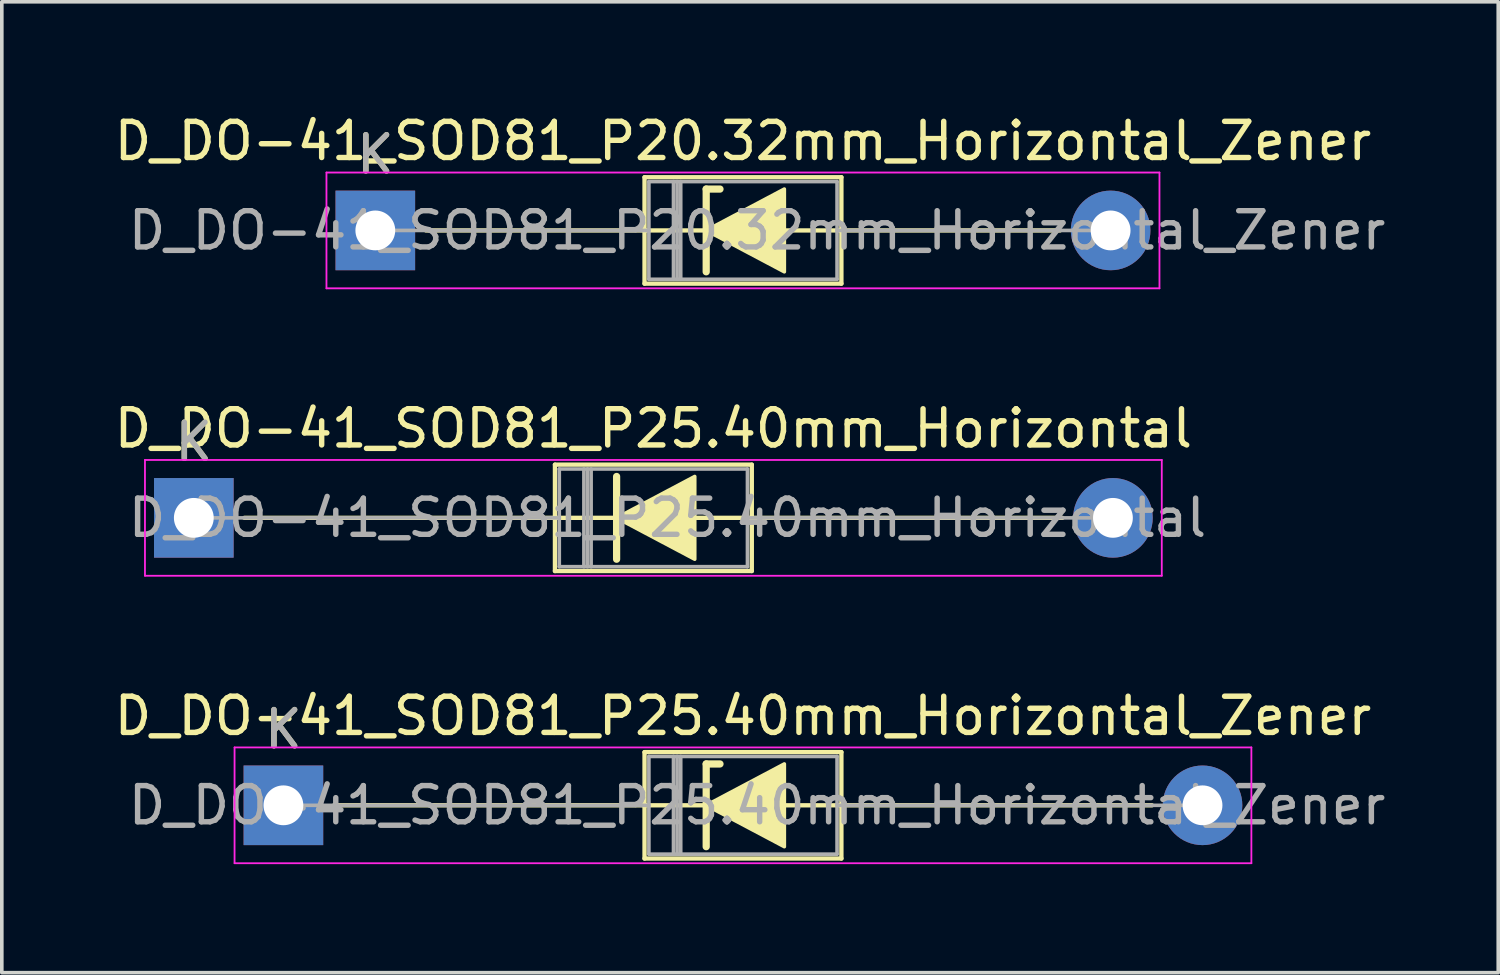
<source format=kicad_pcb>
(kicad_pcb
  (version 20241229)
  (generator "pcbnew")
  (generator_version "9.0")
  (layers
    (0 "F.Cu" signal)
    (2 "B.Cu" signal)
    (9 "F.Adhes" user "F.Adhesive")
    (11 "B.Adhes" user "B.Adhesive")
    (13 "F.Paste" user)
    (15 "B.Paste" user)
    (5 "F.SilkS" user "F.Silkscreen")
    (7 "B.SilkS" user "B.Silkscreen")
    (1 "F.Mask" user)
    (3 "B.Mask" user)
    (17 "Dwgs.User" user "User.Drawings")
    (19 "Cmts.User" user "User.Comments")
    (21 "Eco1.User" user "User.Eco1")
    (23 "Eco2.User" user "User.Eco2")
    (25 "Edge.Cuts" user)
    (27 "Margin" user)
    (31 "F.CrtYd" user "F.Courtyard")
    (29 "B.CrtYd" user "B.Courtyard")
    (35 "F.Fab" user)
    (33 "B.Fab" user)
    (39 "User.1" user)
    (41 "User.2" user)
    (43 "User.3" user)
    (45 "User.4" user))
  (footprint "D_DO-41_SOD81_P20.32mm_Horizontal_Zener"
    (layer "F.Cu")
    (at 7.322 3.318)
    (property "Reference" "D_DO-41_SOD81_P20.32mm_Horizontal_Zener" (at 10.16 -2.47 0) (layer "F.SilkS") (effects (font (size 1 1) (thickness 0.15))))
    (attr through_hole)
    (fp_line (start 1.397 0) (end 7.44 0) (stroke (width 0.12) (type solid)) (layer "F.SilkS"))
    (fp_line (start 7.44 -1.47) (end 7.44 1.47) (stroke (width 0.12) (type solid)) (layer "F.SilkS"))
    (fp_line (start 7.44 1.47) (end 12.88 1.47) (stroke (width 0.12) (type solid)) (layer "F.SilkS"))
    (fp_line (start 9.144 -1.143) (end 9.144 1.143) (stroke (width 0.2) (type solid)) (layer "F.SilkS"))
    (fp_line (start 9.144 -1.143) (end 9.525 -1.143) (stroke (width 0.2) (type solid)) (layer "F.SilkS"))
    (fp_line (start 9.144 0) (end 7.44 0) (stroke (width 0.12) (type solid)) (layer "F.SilkS"))
    (fp_line (start 11.303 0) (end 12.88 0) (stroke (width 0.12) (type solid)) (layer "F.SilkS"))
    (fp_line (start 12.88 -1.47) (end 7.44 -1.47) (stroke (width 0.12) (type solid)) (layer "F.SilkS"))
    (fp_line (start 12.88 1.47) (end 12.88 -1.47) (stroke (width 0.12) (type solid)) (layer "F.SilkS"))
    (fp_line (start 18.923 0) (end 12.88 0) (stroke (width 0.12) (type solid)) (layer "F.SilkS"))
    (fp_poly (pts (xy 11.303 1.143) (xy 9.144 0) (xy 11.303 -1.143)) (stroke (width 0.1) (type solid)) (fill yes) (layer "F.SilkS"))
    (fp_line (start -1.35 -1.6) (end -1.35 1.6) (stroke (width 0.05) (type solid)) (layer "F.CrtYd"))
    (fp_line (start -1.35 1.6) (end 21.67 1.6) (stroke (width 0.05) (type solid)) (layer "F.CrtYd"))
    (fp_line (start 21.67 -1.6) (end -1.35 -1.6) (stroke (width 0.05) (type solid)) (layer "F.CrtYd"))
    (fp_line (start 21.67 1.6) (end 21.67 -1.6) (stroke (width 0.05) (type solid)) (layer "F.CrtYd"))
    (fp_line (start 0 0) (end 7.56 0) (stroke (width 0.1) (type solid)) (layer "F.Fab"))
    (fp_line (start 7.56 -1.35) (end 7.56 1.35) (stroke (width 0.1) (type solid)) (layer "F.Fab"))
    (fp_line (start 7.56 1.35) (end 12.76 1.35) (stroke (width 0.1) (type solid)) (layer "F.Fab"))
    (fp_line (start 8.24 -1.35) (end 8.24 1.35) (stroke (width 0.1) (type solid)) (layer "F.Fab"))
    (fp_line (start 8.34 -1.35) (end 8.34 1.35) (stroke (width 0.1) (type solid)) (layer "F.Fab"))
    (fp_line (start 8.44 -1.35) (end 8.44 1.35) (stroke (width 0.1) (type solid)) (layer "F.Fab"))
    (fp_line (start 12.76 -1.35) (end 7.56 -1.35) (stroke (width 0.1) (type solid)) (layer "F.Fab"))
    (fp_line (start 12.76 1.35) (end 12.76 -1.35) (stroke (width 0.1) (type solid)) (layer "F.Fab"))
    (fp_line (start 20.32 0) (end 12.76 0) (stroke (width 0.1) (type solid)) (layer "F.Fab"))
    (fp_text user "K" (at 0 -2.1 0) (layer "F.SilkS") (effects (font (size 1 1) (thickness 0.15))))
    (fp_text user "K" (at 0 -2.1 0) (layer "F.Fab") (effects (font (size 1 1) (thickness 0.15))))
    (fp_text user "${REFERENCE}" (at 10.55 0 0) (layer "F.Fab") (effects (font (size 1 1) (thickness 0.15))))
    (pad "1" thru_hole rect (at 0 0) (size 2.2 2.2) (drill 1.1) (layers "*.Cu" "*.Mask"))
    (pad "2" thru_hole oval (at 20.32 0) (size 2.2 2.2) (drill 1.1) (layers "*.Cu" "*.Mask")))
  (footprint "D_DO-41_SOD81_P25.40mm_Horizontal_Zener"
    (layer "F.Cu")
    (at 4.782 19.205)
    (property "Reference" "D_DO-41_SOD81_P25.40mm_Horizontal_Zener" (at 12.7 -2.47 0) (layer "F.SilkS") (effects (font (size 1 1) (thickness 0.15))))
    (attr through_hole)
    (fp_line (start 1.397 0) (end 9.98 0) (stroke (width 0.12) (type solid)) (layer "F.SilkS"))
    (fp_line (start 9.98 -1.47) (end 9.98 1.47) (stroke (width 0.12) (type solid)) (layer "F.SilkS"))
    (fp_line (start 9.98 1.47) (end 15.42 1.47) (stroke (width 0.12) (type solid)) (layer "F.SilkS"))
    (fp_line (start 11.684 -1.143) (end 11.684 1.143) (stroke (width 0.2) (type solid)) (layer "F.SilkS"))
    (fp_line (start 11.684 -1.143) (end 12.065 -1.143) (stroke (width 0.2) (type solid)) (layer "F.SilkS"))
    (fp_line (start 11.684 0) (end 9.98 0) (stroke (width 0.12) (type solid)) (layer "F.SilkS"))
    (fp_line (start 13.843 0) (end 15.42 0) (stroke (width 0.12) (type solid)) (layer "F.SilkS"))
    (fp_line (start 15.42 -1.47) (end 9.98 -1.47) (stroke (width 0.12) (type solid)) (layer "F.SilkS"))
    (fp_line (start 15.42 1.47) (end 15.42 -1.47) (stroke (width 0.12) (type solid)) (layer "F.SilkS"))
    (fp_line (start 24.003 0) (end 15.42 0) (stroke (width 0.12) (type solid)) (layer "F.SilkS"))
    (fp_poly (pts (xy 13.843 1.143) (xy 11.684 0) (xy 13.843 -1.143)) (stroke (width 0.1) (type solid)) (fill yes) (layer "F.SilkS"))
    (fp_line (start -1.35 -1.6) (end -1.35 1.6) (stroke (width 0.05) (type solid)) (layer "F.CrtYd"))
    (fp_line (start -1.35 1.6) (end 26.75 1.6) (stroke (width 0.05) (type solid)) (layer "F.CrtYd"))
    (fp_line (start 26.75 -1.6) (end -1.35 -1.6) (stroke (width 0.05) (type solid)) (layer "F.CrtYd"))
    (fp_line (start 26.75 1.6) (end 26.75 -1.6) (stroke (width 0.05) (type solid)) (layer "F.CrtYd"))
    (fp_line (start 0 0) (end 10.1 0) (stroke (width 0.1) (type solid)) (layer "F.Fab"))
    (fp_line (start 10.1 -1.35) (end 10.1 1.35) (stroke (width 0.1) (type solid)) (layer "F.Fab"))
    (fp_line (start 10.1 1.35) (end 15.3 1.35) (stroke (width 0.1) (type solid)) (layer "F.Fab"))
    (fp_line (start 10.78 -1.35) (end 10.78 1.35) (stroke (width 0.1) (type solid)) (layer "F.Fab"))
    (fp_line (start 10.88 -1.35) (end 10.88 1.35) (stroke (width 0.1) (type solid)) (layer "F.Fab"))
    (fp_line (start 10.98 -1.35) (end 10.98 1.35) (stroke (width 0.1) (type solid)) (layer "F.Fab"))
    (fp_line (start 15.3 -1.35) (end 10.1 -1.35) (stroke (width 0.1) (type solid)) (layer "F.Fab"))
    (fp_line (start 15.3 1.35) (end 15.3 -1.35) (stroke (width 0.1) (type solid)) (layer "F.Fab"))
    (fp_line (start 25.4 0) (end 15.3 0) (stroke (width 0.1) (type solid)) (layer "F.Fab"))
    (fp_text user "K" (at 0 -2.1 0) (layer "F.SilkS") (effects (font (size 1 1) (thickness 0.15))))
    (fp_text user "K" (at 0 -2.1 0) (layer "F.Fab") (effects (font (size 1 1) (thickness 0.15))))
    (fp_text user "${REFERENCE}" (at 13.09 0 0) (layer "F.Fab") (effects (font (size 1 1) (thickness 0.15))))
    (pad "1" thru_hole rect (at 0 0) (size 2.2 2.2) (drill 1.1) (layers "*.Cu" "*.Mask"))
    (pad "2" thru_hole oval (at 25.4 0) (size 2.2 2.2) (drill 1.1) (layers "*.Cu" "*.Mask")))
  (footprint "D_DO-41_SOD81_P25.40mm_Horizontal"
    (layer "F.Cu")
    (at 2.306 11.261)
    (property "Reference" "D_DO-41_SOD81_P25.40mm_Horizontal" (at 12.7 -2.47 0) (layer "F.SilkS") (effects (font (size 1 1) (thickness 0.15))))
    (attr through_hole)
    (fp_line (start 1.397 0) (end 9.98 0) (stroke (width 0.12) (type solid)) (layer "F.SilkS"))
    (fp_line (start 9.98 -1.47) (end 9.98 1.47) (stroke (width 0.12) (type solid)) (layer "F.SilkS"))
    (fp_line (start 9.98 1.47) (end 15.42 1.47) (stroke (width 0.12) (type solid)) (layer "F.SilkS"))
    (fp_line (start 11.684 -1.143) (end 11.684 1.143) (stroke (width 0.2) (type solid)) (layer "F.SilkS"))
    (fp_line (start 11.684 0) (end 9.98 0) (stroke (width 0.12) (type solid)) (layer "F.SilkS"))
    (fp_line (start 13.843 0) (end 15.42 0) (stroke (width 0.12) (type solid)) (layer "F.SilkS"))
    (fp_line (start 15.42 -1.47) (end 9.98 -1.47) (stroke (width 0.12) (type solid)) (layer "F.SilkS"))
    (fp_line (start 15.42 1.47) (end 15.42 -1.47) (stroke (width 0.12) (type solid)) (layer "F.SilkS"))
    (fp_line (start 24.003 0) (end 15.42 0) (stroke (width 0.12) (type solid)) (layer "F.SilkS"))
    (fp_poly (pts (xy 13.843 1.143) (xy 11.684 0) (xy 13.843 -1.143)) (stroke (width 0.1) (type solid)) (fill yes) (layer "F.SilkS"))
    (fp_line (start -1.35 -1.6) (end -1.35 1.6) (stroke (width 0.05) (type solid)) (layer "F.CrtYd"))
    (fp_line (start -1.35 1.6) (end 26.75 1.6) (stroke (width 0.05) (type solid)) (layer "F.CrtYd"))
    (fp_line (start 26.75 -1.6) (end -1.35 -1.6) (stroke (width 0.05) (type solid)) (layer "F.CrtYd"))
    (fp_line (start 26.75 1.6) (end 26.75 -1.6) (stroke (width 0.05) (type solid)) (layer "F.CrtYd"))
    (fp_line (start 0 0) (end 10.1 0) (stroke (width 0.1) (type solid)) (layer "F.Fab"))
    (fp_line (start 10.1 -1.35) (end 10.1 1.35) (stroke (width 0.1) (type solid)) (layer "F.Fab"))
    (fp_line (start 10.1 1.35) (end 15.3 1.35) (stroke (width 0.1) (type solid)) (layer "F.Fab"))
    (fp_line (start 10.78 -1.35) (end 10.78 1.35) (stroke (width 0.1) (type solid)) (layer "F.Fab"))
    (fp_line (start 10.88 -1.35) (end 10.88 1.35) (stroke (width 0.1) (type solid)) (layer "F.Fab"))
    (fp_line (start 10.98 -1.35) (end 10.98 1.35) (stroke (width 0.1) (type solid)) (layer "F.Fab"))
    (fp_line (start 15.3 -1.35) (end 10.1 -1.35) (stroke (width 0.1) (type solid)) (layer "F.Fab"))
    (fp_line (start 15.3 1.35) (end 15.3 -1.35) (stroke (width 0.1) (type solid)) (layer "F.Fab"))
    (fp_line (start 25.4 0) (end 15.3 0) (stroke (width 0.1) (type solid)) (layer "F.Fab"))
    (fp_text user "K" (at 0 -2.1 0) (layer "F.SilkS") (effects (font (size 1 1) (thickness 0.15))))
    (fp_text user "${REFERENCE}" (at 13.09 0 0) (layer "F.Fab") (effects (font (size 1 1) (thickness 0.15))))
    (fp_text user "K" (at 0 -2.1 0) (layer "F.Fab") (effects (font (size 1 1) (thickness 0.15))))
    (pad "1" thru_hole rect (at 0 0) (size 2.2 2.2) (drill 1.1) (layers "*.Cu" "*.Mask"))
    (pad "2" thru_hole oval (at 25.4 0) (size 2.2 2.2) (drill 1.1) (layers "*.Cu" "*.Mask")))
  (gr_rect
    (start -3 -3)
    (end 38.354 23.83)
    (stroke (width 0.1) (type default))
    (fill no)
    (layer "Edge.Cuts")))
</source>
